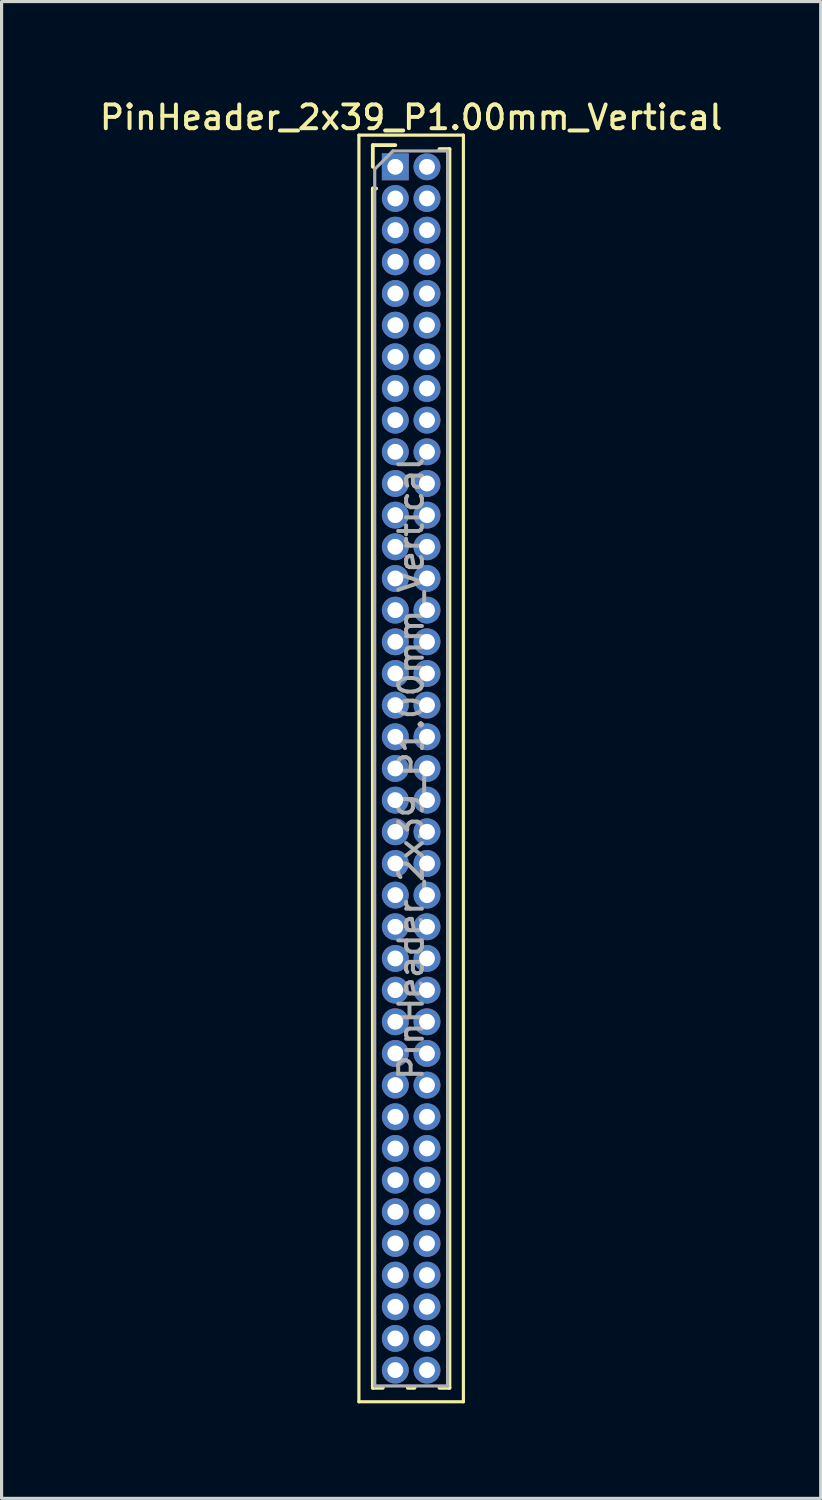
<source format=kicad_pcb>
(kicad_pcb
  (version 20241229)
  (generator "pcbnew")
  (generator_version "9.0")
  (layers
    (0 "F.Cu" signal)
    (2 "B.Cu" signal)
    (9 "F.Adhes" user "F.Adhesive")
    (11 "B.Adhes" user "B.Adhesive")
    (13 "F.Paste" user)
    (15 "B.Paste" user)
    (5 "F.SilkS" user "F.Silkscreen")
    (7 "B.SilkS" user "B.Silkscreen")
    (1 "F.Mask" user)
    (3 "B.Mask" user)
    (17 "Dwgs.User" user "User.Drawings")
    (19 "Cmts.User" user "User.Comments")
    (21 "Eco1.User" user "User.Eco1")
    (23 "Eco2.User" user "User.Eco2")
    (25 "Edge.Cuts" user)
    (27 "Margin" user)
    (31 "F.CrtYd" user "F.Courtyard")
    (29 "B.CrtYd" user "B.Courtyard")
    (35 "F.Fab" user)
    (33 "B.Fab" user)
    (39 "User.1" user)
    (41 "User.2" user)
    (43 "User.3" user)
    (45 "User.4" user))
  (footprint "PinHeader_2x39_P1.00mm_Vertical"
    (layer "F.Cu")
    (at 9.434 2.218)
    (property "Reference" "PinHeader_2x39_P1.00mm_Vertical" (at 0.5 -1.56 0) (layer "F.SilkS") (effects (font (size 0.75 0.75) (thickness 0.125))))
    (attr through_hole)
    (fp_line (start -1.15 -1) (end -1.15 39) (stroke (width 0.1) (type solid)) (layer "F.SilkS"))
    (fp_line (start -1.15 39) (end 2.15 39) (stroke (width 0.1) (type solid)) (layer "F.SilkS"))
    (fp_line (start -0.71 -0.685) (end 0 -0.685) (stroke (width 0.12) (type solid)) (layer "F.SilkS"))
    (fp_line (start -0.71 0) (end -0.71 -0.685) (stroke (width 0.12) (type solid)) (layer "F.SilkS"))
    (fp_line (start -0.71 0.685) (end -0.71 38.56) (stroke (width 0.12) (type solid)) (layer "F.SilkS"))
    (fp_line (start -0.71 0.685) (end -0.608 0.685) (stroke (width 0.12) (type solid)) (layer "F.SilkS"))
    (fp_line (start -0.71 38.56) (end -0.394 38.56) (stroke (width 0.12) (type solid)) (layer "F.SilkS"))
    (fp_line (start 0.394 38.56) (end 0.606 38.56) (stroke (width 0.12) (type solid)) (layer "F.SilkS"))
    (fp_line (start 1.394 -0.56) (end 1.71 -0.56) (stroke (width 0.12) (type solid)) (layer "F.SilkS"))
    (fp_line (start 1.394 38.56) (end 1.71 38.56) (stroke (width 0.12) (type solid)) (layer "F.SilkS"))
    (fp_line (start 1.71 -0.56) (end 1.71 38.56) (stroke (width 0.12) (type solid)) (layer "F.SilkS"))
    (fp_line (start 2.15 -1) (end -1.15 -1) (stroke (width 0.1) (type solid)) (layer "F.SilkS"))
    (fp_line (start 2.15 39) (end 2.15 -1) (stroke (width 0.1) (type solid)) (layer "F.SilkS"))
    (fp_line (start -0.65 0.075) (end -0.075 -0.5) (stroke (width 0.1) (type solid)) (layer "F.Fab"))
    (fp_line (start -0.65 38.5) (end -0.65 0.075) (stroke (width 0.1) (type solid)) (layer "F.Fab"))
    (fp_line (start -0.075 -0.5) (end 1.65 -0.5) (stroke (width 0.1) (type solid)) (layer "F.Fab"))
    (fp_line (start 1.65 -0.5) (end 1.65 38.5) (stroke (width 0.1) (type solid)) (layer "F.Fab"))
    (fp_line (start 1.65 38.5) (end -0.65 38.5) (stroke (width 0.1) (type solid)) (layer "F.Fab"))
    (fp_text user "${REFERENCE}" (at 0.5 19 90) (layer "F.Fab") (effects (font (size 0.75 0.75) (thickness 0.125))))
    (pad "1" thru_hole rect (at 0 0) (size 0.85 0.85) (drill 0.5) (layers "*.Cu" "*.Mask"))
    (pad "2" thru_hole oval (at 1 0) (size 0.85 0.85) (drill 0.5) (layers "*.Cu" "*.Mask"))
    (pad "3" thru_hole oval (at 0 1) (size 0.85 0.85) (drill 0.5) (layers "*.Cu" "*.Mask"))
    (pad "4" thru_hole oval (at 1 1) (size 0.85 0.85) (drill 0.5) (layers "*.Cu" "*.Mask"))
    (pad "5" thru_hole oval (at 0 2) (size 0.85 0.85) (drill 0.5) (layers "*.Cu" "*.Mask"))
    (pad "6" thru_hole oval (at 1 2) (size 0.85 0.85) (drill 0.5) (layers "*.Cu" "*.Mask"))
    (pad "7" thru_hole oval (at 0 3) (size 0.85 0.85) (drill 0.5) (layers "*.Cu" "*.Mask"))
    (pad "8" thru_hole oval (at 1 3) (size 0.85 0.85) (drill 0.5) (layers "*.Cu" "*.Mask"))
    (pad "9" thru_hole oval (at 0 4) (size 0.85 0.85) (drill 0.5) (layers "*.Cu" "*.Mask"))
    (pad "10" thru_hole oval (at 1 4) (size 0.85 0.85) (drill 0.5) (layers "*.Cu" "*.Mask"))
    (pad "11" thru_hole oval (at 0 5) (size 0.85 0.85) (drill 0.5) (layers "*.Cu" "*.Mask"))
    (pad "12" thru_hole oval (at 1 5) (size 0.85 0.85) (drill 0.5) (layers "*.Cu" "*.Mask"))
    (pad "13" thru_hole oval (at 0 6) (size 0.85 0.85) (drill 0.5) (layers "*.Cu" "*.Mask"))
    (pad "14" thru_hole oval (at 1 6) (size 0.85 0.85) (drill 0.5) (layers "*.Cu" "*.Mask"))
    (pad "15" thru_hole oval (at 0 7) (size 0.85 0.85) (drill 0.5) (layers "*.Cu" "*.Mask"))
    (pad "16" thru_hole oval (at 1 7) (size 0.85 0.85) (drill 0.5) (layers "*.Cu" "*.Mask"))
    (pad "17" thru_hole oval (at 0 8) (size 0.85 0.85) (drill 0.5) (layers "*.Cu" "*.Mask"))
    (pad "18" thru_hole oval (at 1 8) (size 0.85 0.85) (drill 0.5) (layers "*.Cu" "*.Mask"))
    (pad "19" thru_hole oval (at 0 9) (size 0.85 0.85) (drill 0.5) (layers "*.Cu" "*.Mask"))
    (pad "20" thru_hole oval (at 1 9) (size 0.85 0.85) (drill 0.5) (layers "*.Cu" "*.Mask"))
    (pad "21" thru_hole oval (at 0 10) (size 0.85 0.85) (drill 0.5) (layers "*.Cu" "*.Mask"))
    (pad "22" thru_hole oval (at 1 10) (size 0.85 0.85) (drill 0.5) (layers "*.Cu" "*.Mask"))
    (pad "23" thru_hole oval (at 0 11) (size 0.85 0.85) (drill 0.5) (layers "*.Cu" "*.Mask"))
    (pad "24" thru_hole oval (at 1 11) (size 0.85 0.85) (drill 0.5) (layers "*.Cu" "*.Mask"))
    (pad "25" thru_hole oval (at 0 12) (size 0.85 0.85) (drill 0.5) (layers "*.Cu" "*.Mask"))
    (pad "26" thru_hole oval (at 1 12) (size 0.85 0.85) (drill 0.5) (layers "*.Cu" "*.Mask"))
    (pad "27" thru_hole oval (at 0 13) (size 0.85 0.85) (drill 0.5) (layers "*.Cu" "*.Mask"))
    (pad "28" thru_hole oval (at 1 13) (size 0.85 0.85) (drill 0.5) (layers "*.Cu" "*.Mask"))
    (pad "29" thru_hole oval (at 0 14) (size 0.85 0.85) (drill 0.5) (layers "*.Cu" "*.Mask"))
    (pad "30" thru_hole oval (at 1 14) (size 0.85 0.85) (drill 0.5) (layers "*.Cu" "*.Mask"))
    (pad "31" thru_hole oval (at 0 15) (size 0.85 0.85) (drill 0.5) (layers "*.Cu" "*.Mask"))
    (pad "32" thru_hole oval (at 1 15) (size 0.85 0.85) (drill 0.5) (layers "*.Cu" "*.Mask"))
    (pad "33" thru_hole oval (at 0 16) (size 0.85 0.85) (drill 0.5) (layers "*.Cu" "*.Mask"))
    (pad "34" thru_hole oval (at 1 16) (size 0.85 0.85) (drill 0.5) (layers "*.Cu" "*.Mask"))
    (pad "35" thru_hole oval (at 0 17) (size 0.85 0.85) (drill 0.5) (layers "*.Cu" "*.Mask"))
    (pad "36" thru_hole oval (at 1 17) (size 0.85 0.85) (drill 0.5) (layers "*.Cu" "*.Mask"))
    (pad "37" thru_hole oval (at 0 18) (size 0.85 0.85) (drill 0.5) (layers "*.Cu" "*.Mask"))
    (pad "38" thru_hole oval (at 1 18) (size 0.85 0.85) (drill 0.5) (layers "*.Cu" "*.Mask"))
    (pad "39" thru_hole oval (at 0 19) (size 0.85 0.85) (drill 0.5) (layers "*.Cu" "*.Mask"))
    (pad "40" thru_hole oval (at 1 19) (size 0.85 0.85) (drill 0.5) (layers "*.Cu" "*.Mask"))
    (pad "41" thru_hole oval (at 0 20) (size 0.85 0.85) (drill 0.5) (layers "*.Cu" "*.Mask"))
    (pad "42" thru_hole oval (at 1 20) (size 0.85 0.85) (drill 0.5) (layers "*.Cu" "*.Mask"))
    (pad "43" thru_hole oval (at 0 21) (size 0.85 0.85) (drill 0.5) (layers "*.Cu" "*.Mask"))
    (pad "44" thru_hole oval (at 1 21) (size 0.85 0.85) (drill 0.5) (layers "*.Cu" "*.Mask"))
    (pad "45" thru_hole oval (at 0 22) (size 0.85 0.85) (drill 0.5) (layers "*.Cu" "*.Mask"))
    (pad "46" thru_hole oval (at 1 22) (size 0.85 0.85) (drill 0.5) (layers "*.Cu" "*.Mask"))
    (pad "47" thru_hole oval (at 0 23) (size 0.85 0.85) (drill 0.5) (layers "*.Cu" "*.Mask"))
    (pad "48" thru_hole oval (at 1 23) (size 0.85 0.85) (drill 0.5) (layers "*.Cu" "*.Mask"))
    (pad "49" thru_hole oval (at 0 24) (size 0.85 0.85) (drill 0.5) (layers "*.Cu" "*.Mask"))
    (pad "50" thru_hole oval (at 1 24) (size 0.85 0.85) (drill 0.5) (layers "*.Cu" "*.Mask"))
    (pad "51" thru_hole oval (at 0 25) (size 0.85 0.85) (drill 0.5) (layers "*.Cu" "*.Mask"))
    (pad "52" thru_hole oval (at 1 25) (size 0.85 0.85) (drill 0.5) (layers "*.Cu" "*.Mask"))
    (pad "53" thru_hole oval (at 0 26) (size 0.85 0.85) (drill 0.5) (layers "*.Cu" "*.Mask"))
    (pad "54" thru_hole oval (at 1 26) (size 0.85 0.85) (drill 0.5) (layers "*.Cu" "*.Mask"))
    (pad "55" thru_hole oval (at 0 27) (size 0.85 0.85) (drill 0.5) (layers "*.Cu" "*.Mask"))
    (pad "56" thru_hole oval (at 1 27) (size 0.85 0.85) (drill 0.5) (layers "*.Cu" "*.Mask"))
    (pad "57" thru_hole oval (at 0 28) (size 0.85 0.85) (drill 0.5) (layers "*.Cu" "*.Mask"))
    (pad "58" thru_hole oval (at 1 28) (size 0.85 0.85) (drill 0.5) (layers "*.Cu" "*.Mask"))
    (pad "59" thru_hole oval (at 0 29) (size 0.85 0.85) (drill 0.5) (layers "*.Cu" "*.Mask"))
    (pad "60" thru_hole oval (at 1 29) (size 0.85 0.85) (drill 0.5) (layers "*.Cu" "*.Mask"))
    (pad "61" thru_hole oval (at 0 30) (size 0.85 0.85) (drill 0.5) (layers "*.Cu" "*.Mask"))
    (pad "62" thru_hole oval (at 1 30) (size 0.85 0.85) (drill 0.5) (layers "*.Cu" "*.Mask"))
    (pad "63" thru_hole oval (at 0 31) (size 0.85 0.85) (drill 0.5) (layers "*.Cu" "*.Mask"))
    (pad "64" thru_hole oval (at 1 31) (size 0.85 0.85) (drill 0.5) (layers "*.Cu" "*.Mask"))
    (pad "65" thru_hole oval (at 0 32) (size 0.85 0.85) (drill 0.5) (layers "*.Cu" "*.Mask"))
    (pad "66" thru_hole oval (at 1 32) (size 0.85 0.85) (drill 0.5) (layers "*.Cu" "*.Mask"))
    (pad "67" thru_hole oval (at 0 33) (size 0.85 0.85) (drill 0.5) (layers "*.Cu" "*.Mask"))
    (pad "68" thru_hole oval (at 1 33) (size 0.85 0.85) (drill 0.5) (layers "*.Cu" "*.Mask"))
    (pad "69" thru_hole oval (at 0 34) (size 0.85 0.85) (drill 0.5) (layers "*.Cu" "*.Mask"))
    (pad "70" thru_hole oval (at 1 34) (size 0.85 0.85) (drill 0.5) (layers "*.Cu" "*.Mask"))
    (pad "71" thru_hole oval (at 0 35) (size 0.85 0.85) (drill 0.5) (layers "*.Cu" "*.Mask"))
    (pad "72" thru_hole oval (at 1 35) (size 0.85 0.85) (drill 0.5) (layers "*.Cu" "*.Mask"))
    (pad "73" thru_hole oval (at 0 36) (size 0.85 0.85) (drill 0.5) (layers "*.Cu" "*.Mask"))
    (pad "74" thru_hole oval (at 1 36) (size 0.85 0.85) (drill 0.5) (layers "*.Cu" "*.Mask"))
    (pad "75" thru_hole oval (at 0 37) (size 0.85 0.85) (drill 0.5) (layers "*.Cu" "*.Mask"))
    (pad "76" thru_hole oval (at 1 37) (size 0.85 0.85) (drill 0.5) (layers "*.Cu" "*.Mask"))
    (pad "77" thru_hole oval (at 0 38) (size 0.85 0.85) (drill 0.5) (layers "*.Cu" "*.Mask"))
    (pad "78" thru_hole oval (at 1 38) (size 0.85 0.85) (drill 0.5) (layers "*.Cu" "*.Mask")))
  (gr_rect
    (start -3 -3)
    (end 22.868 44.268)
    (stroke (width 0.1) (type default))
    (fill no)
    (layer "Edge.Cuts")))
</source>
